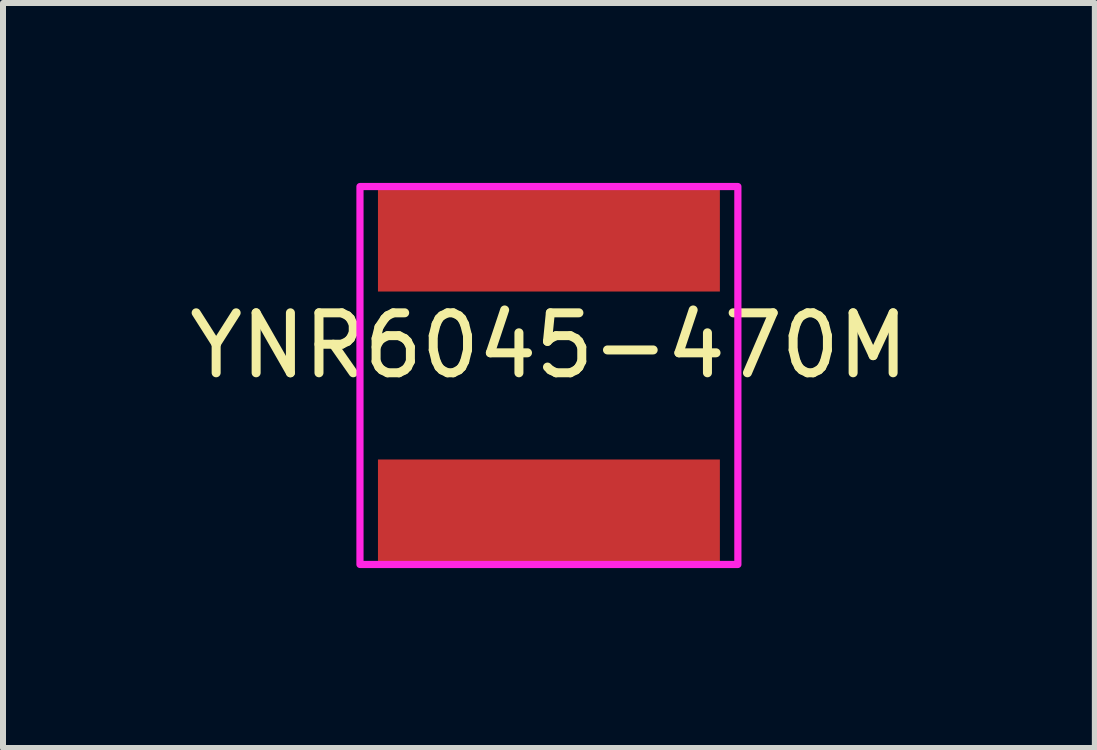
<source format=kicad_pcb>
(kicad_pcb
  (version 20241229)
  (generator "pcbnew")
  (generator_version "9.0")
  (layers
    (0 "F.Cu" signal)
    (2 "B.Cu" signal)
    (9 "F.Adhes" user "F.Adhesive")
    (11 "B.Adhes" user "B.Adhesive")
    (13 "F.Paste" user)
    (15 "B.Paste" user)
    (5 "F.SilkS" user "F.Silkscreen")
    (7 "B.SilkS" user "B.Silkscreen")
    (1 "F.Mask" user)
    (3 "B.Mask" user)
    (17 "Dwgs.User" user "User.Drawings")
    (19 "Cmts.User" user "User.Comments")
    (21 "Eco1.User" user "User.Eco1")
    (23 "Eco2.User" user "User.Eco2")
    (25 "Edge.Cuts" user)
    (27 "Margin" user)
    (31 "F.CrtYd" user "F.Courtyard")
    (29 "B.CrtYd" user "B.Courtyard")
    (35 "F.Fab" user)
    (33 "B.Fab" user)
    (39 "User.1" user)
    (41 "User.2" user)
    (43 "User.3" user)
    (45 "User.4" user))
  (footprint "YNR6045-470M"
    (layer "F.Cu")
    (at 6.101 3.21)
    (property "Reference" "YNR6045-470M" (at 0 -0.5 0) (unlocked yes) (layer "F.SilkS") (effects (font (size 1 1) (thickness 0.15))))
    (attr smd)
    (fp_rect (start -3.15 -3.15) (end 3.15 3.15) (stroke (width 0.12) (type solid)) (fill no) (layer "F.CrtYd"))
    (pad "1" smd rect (at 0 -2.25) (size 5.7 1.7) (layers "F.Cu" "F.Mask" "F.Paste"))
    (pad "2" smd rect (at 0 2.25) (size 5.7 1.7) (layers "F.Cu" "F.Mask" "F.Paste")))
  (gr_rect
    (start -3 -3)
    (end 15.202 9.42)
    (stroke (width 0.1) (type default))
    (fill no)
    (layer "Edge.Cuts")))
</source>
